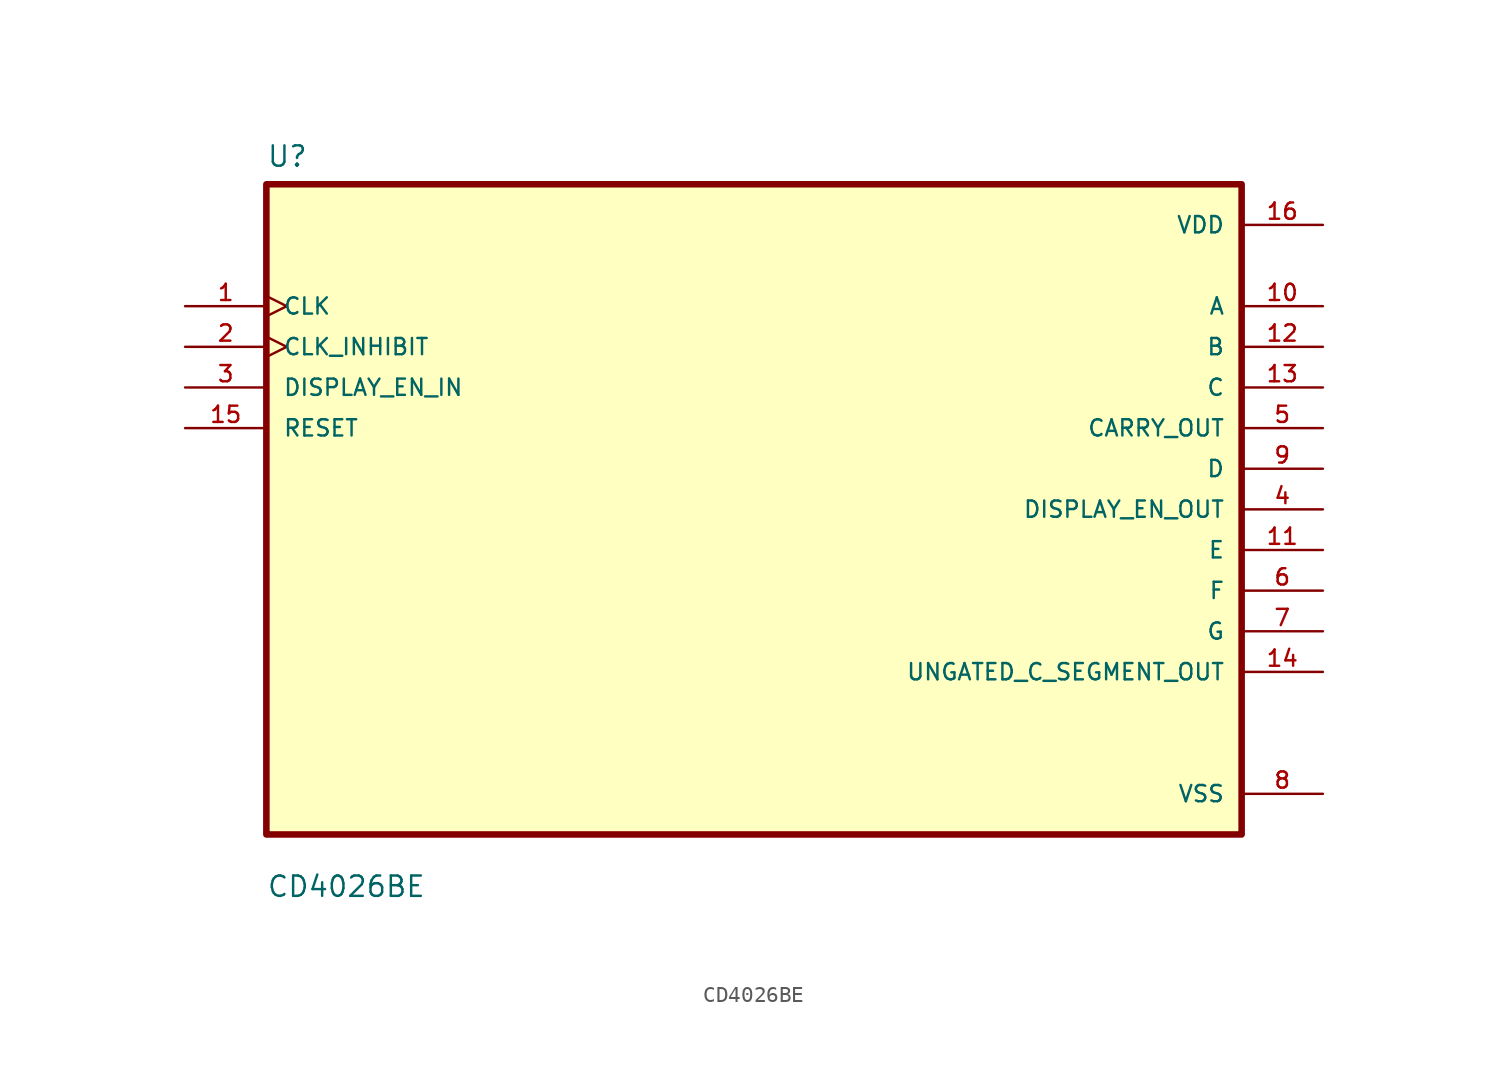
<source format=kicad_sym>
(kicad_symbol_lib
  (version 20211014)
  (generator kicad_symbol_editor)
  (symbol "CD4026BE"
    (pin_names
      (offset 1.016))
    (property "Reference" "U"
      (at -30.48 21.32 0.0)
      (effects (font (size 1.27 1.27)) (justify bottom left)))
    (property "Value" "CD4026BE"
      (at -30.48 -24.32 0.0)
      (effects (font (size 1.27 1.27)) (justify bottom left)))
    (symbol "CD4026BE_0_0"
      (rectangle (start -30.48 -20.32) (end 30.48 20.32) (stroke (width 0.41)) (fill (type background)))
      (pin input clock (at -35.56 12.7 0) (length 5.08) (name "CLK" (effects (font (size 1.016 1.016)))) (number "1" (effects (font (size 1.016 1.016)))))
      (pin input clock (at -35.56 10.16 0) (length 5.08) (name "CLK_INHIBIT" (effects (font (size 1.016 1.016)))) (number "2" (effects (font (size 1.016 1.016)))))
      (pin input line (at -35.56 7.62 0) (length 5.08) (name "DISPLAY_EN_IN" (effects (font (size 1.016 1.016)))) (number "3" (effects (font (size 1.016 1.016)))))
      (pin input line (at -35.56 5.08 0) (length 5.08) (name "RESET" (effects (font (size 1.016 1.016)))) (number "15" (effects (font (size 1.016 1.016)))))
      (pin power_in line (at 35.56 17.78 180.0) (length 5.08) (name "VDD" (effects (font (size 1.016 1.016)))) (number "16" (effects (font (size 1.016 1.016)))))
      (pin output line (at 35.56 12.7 180.0) (length 5.08) (name "A" (effects (font (size 1.016 1.016)))) (number "10" (effects (font (size 1.016 1.016)))))
      (pin output line (at 35.56 10.16 180.0) (length 5.08) (name "B" (effects (font (size 1.016 1.016)))) (number "12" (effects (font (size 1.016 1.016)))))
      (pin output line (at 35.56 7.62 180.0) (length 5.08) (name "C" (effects (font (size 1.016 1.016)))) (number "13" (effects (font (size 1.016 1.016)))))
      (pin output line (at 35.56 5.08 180.0) (length 5.08) (name "CARRY_OUT" (effects (font (size 1.016 1.016)))) (number "5" (effects (font (size 1.016 1.016)))))
      (pin output line (at 35.56 2.54 180.0) (length 5.08) (name "D" (effects (font (size 1.016 1.016)))) (number "9" (effects (font (size 1.016 1.016)))))
      (pin output line (at 35.56 0.0 180.0) (length 5.08) (name "DISPLAY_EN_OUT" (effects (font (size 1.016 1.016)))) (number "4" (effects (font (size 1.016 1.016)))))
      (pin output line (at 35.56 -2.54 180.0) (length 5.08) (name "E" (effects (font (size 1.016 1.016)))) (number "11" (effects (font (size 1.016 1.016)))))
      (pin output line (at 35.56 -5.08 180.0) (length 5.08) (name "F" (effects (font (size 1.016 1.016)))) (number "6" (effects (font (size 1.016 1.016)))))
      (pin output line (at 35.56 -7.62 180.0) (length 5.08) (name "G" (effects (font (size 1.016 1.016)))) (number "7" (effects (font (size 1.016 1.016)))))
      (pin output line (at 35.56 -10.16 180.0) (length 5.08) (name "UNGATED_C_SEGMENT_OUT" (effects (font (size 1.016 1.016)))) (number "14" (effects (font (size 1.016 1.016)))))
      (pin power_in line (at 35.56 -17.78 180.0) (length 5.08) (name "VSS" (effects (font (size 1.016 1.016)))) (number "8" (effects (font (size 1.016 1.016))))))))
</source>
